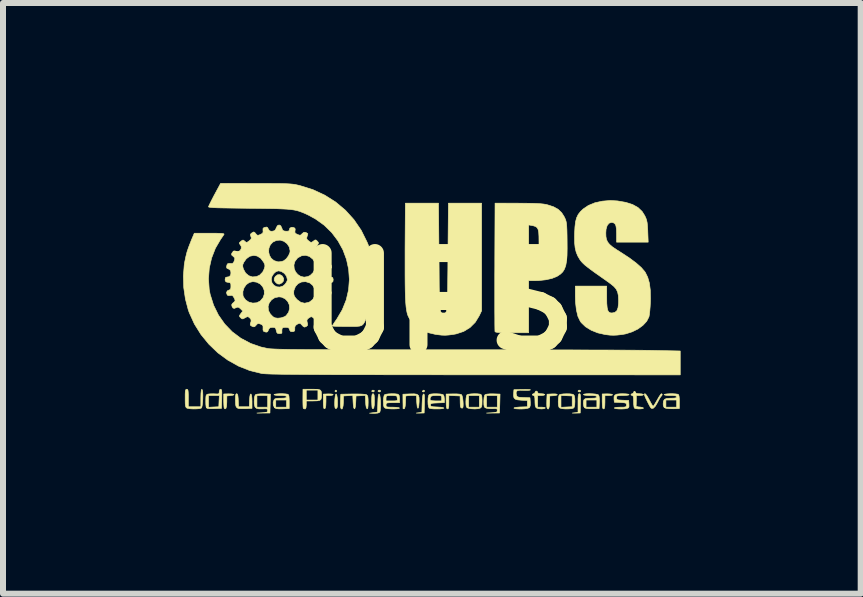
<source format=kicad_pcb>
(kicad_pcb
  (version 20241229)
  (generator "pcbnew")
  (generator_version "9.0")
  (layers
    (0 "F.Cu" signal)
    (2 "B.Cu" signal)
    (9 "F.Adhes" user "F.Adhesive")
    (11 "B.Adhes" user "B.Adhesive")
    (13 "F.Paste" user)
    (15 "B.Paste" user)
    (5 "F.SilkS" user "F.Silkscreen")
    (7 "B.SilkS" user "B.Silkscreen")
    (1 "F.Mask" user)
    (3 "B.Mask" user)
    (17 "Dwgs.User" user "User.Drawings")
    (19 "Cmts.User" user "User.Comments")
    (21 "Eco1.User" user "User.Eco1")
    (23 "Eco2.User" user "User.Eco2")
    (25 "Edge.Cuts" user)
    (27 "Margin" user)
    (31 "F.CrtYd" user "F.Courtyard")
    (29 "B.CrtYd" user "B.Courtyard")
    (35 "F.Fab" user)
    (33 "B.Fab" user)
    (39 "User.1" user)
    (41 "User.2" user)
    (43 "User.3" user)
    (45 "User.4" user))
  (footprint "UPS"
    (layer "F.Cu")
    (at 4.248 2)
    (property "Reference" "UPS" (at 0 0 0) (layer "F.SilkS") (effects (font (size 1.524 1.524) (thickness 0.3))))
    (attr through_hole)
    (fp_poly (pts (xy -1.689 1.461) (xy -1.688 1.464) (xy -1.7 1.479) (xy -1.703 1.479) (xy -1.718 1.468) (xy -1.718 1.464) (xy -1.707 1.45) (xy -1.703 1.449) (xy -1.689 1.461)) (stroke (width 0.01) (type solid)) (fill yes) (layer "F.SilkS"))
    (fp_poly (pts (xy -1.063 1.457) (xy -1.061 1.464) (xy -1.073 1.477) (xy -1.083 1.479) (xy -1.103 1.471) (xy -1.106 1.464) (xy -1.094 1.451) (xy -1.083 1.449) (xy -1.063 1.457)) (stroke (width 0.01) (type solid)) (fill yes) (layer "F.SilkS"))
    (fp_poly (pts (xy -0.959 1.457) (xy -0.956 1.464) (xy -0.968 1.477) (xy -0.979 1.479) (xy -0.999 1.471) (xy -1.001 1.464) (xy -0.989 1.451) (xy -0.979 1.449) (xy -0.959 1.457)) (stroke (width 0.01) (type solid)) (fill yes) (layer "F.SilkS"))
    (fp_poly (pts (xy -0.225 1.461) (xy -0.224 1.464) (xy -0.236 1.477) (xy -0.247 1.479) (xy -0.263 1.472) (xy -0.261 1.464) (xy -0.242 1.45) (xy -0.238 1.449) (xy -0.225 1.461)) (stroke (width 0.01) (type solid)) (fill yes) (layer "F.SilkS"))
    (fp_poly (pts (xy 2.373 1.457) (xy 2.376 1.464) (xy 2.364 1.477) (xy 2.353 1.479) (xy 2.333 1.471) (xy 2.331 1.464) (xy 2.343 1.451) (xy 2.353 1.449) (xy 2.373 1.457)) (stroke (width 0.01) (type solid)) (fill yes) (layer "F.SilkS"))
    (fp_poly (pts (xy -2.596 -0.452) (xy -2.595 -0.451) (xy -2.572 -0.409) (xy -2.577 -0.367) (xy -2.603 -0.337) (xy -2.643 -0.317) (xy -2.676 -0.321) (xy -2.704 -0.344) (xy -2.73 -0.378) (xy -2.729 -0.412) (xy -2.711 -0.445) (xy -2.676 -0.472) (xy -2.634 -0.475) (xy -2.596 -0.452)) (stroke (width 0.01) (type solid)) (fill yes) (layer "F.SilkS"))
    (fp_poly (pts (xy -1.698 1.513) (xy -1.688 1.531) (xy -1.68 1.574) (xy -1.676 1.628) (xy -1.676 1.695) (xy -1.681 1.736) (xy -1.693 1.754) (xy -1.711 1.754) (xy -1.718 1.738) (xy -1.722 1.702) (xy -1.722 1.654) (xy -1.72 1.603) (xy -1.715 1.558) (xy -1.708 1.525) (xy -1.699 1.513) (xy -1.698 1.513)) (stroke (width 0.01) (type solid)) (fill yes) (layer "F.SilkS"))
    (fp_poly (pts (xy -1.072 1.515) (xy -1.065 1.535) (xy -1.062 1.576) (xy -1.061 1.628) (xy -1.063 1.7) (xy -1.071 1.744) (xy -1.083 1.759) (xy -1.096 1.753) (xy -1.101 1.734) (xy -1.104 1.694) (xy -1.106 1.639) (xy -1.106 1.626) (xy -1.105 1.566) (xy -1.101 1.529) (xy -1.093 1.512) (xy -1.083 1.509) (xy -1.072 1.515)) (stroke (width 0.01) (type solid)) (fill yes) (layer "F.SilkS"))
    (fp_poly (pts (xy -3.443 1.512) (xy -3.41 1.518) (xy -3.4 1.525) (xy -3.415 1.533) (xy -3.451 1.539) (xy -3.519 1.546) (xy -3.52 1.65) (xy -3.524 1.716) (xy -3.534 1.753) (xy -3.549 1.761) (xy -3.561 1.753) (xy -3.566 1.735) (xy -3.569 1.694) (xy -3.571 1.639) (xy -3.571 1.628) (xy -3.571 1.513) (xy -3.494 1.511) (xy -3.443 1.512)) (stroke (width 0.01) (type solid)) (fill yes) (layer "F.SilkS"))
    (fp_poly (pts (xy -0.234 1.516) (xy -0.228 1.536) (xy -0.226 1.576) (xy -0.227 1.641) (xy -0.227 1.668) (xy -0.232 1.83) (xy -0.314 1.832) (xy -0.354 1.832) (xy -0.364 1.831) (xy -0.347 1.829) (xy -0.333 1.827) (xy -0.27 1.821) (xy -0.266 1.67) (xy -0.262 1.593) (xy -0.256 1.543) (xy -0.248 1.517) (xy -0.242 1.513) (xy -0.234 1.516)) (stroke (width 0.01) (type solid)) (fill yes) (layer "F.SilkS"))
    (fp_poly (pts (xy 1.952 1.512) (xy 1.981 1.518) (xy 1.986 1.527) (xy 1.967 1.536) (xy 1.924 1.542) (xy 1.86 1.546) (xy 1.858 1.65) (xy 1.854 1.708) (xy 1.846 1.747) (xy 1.834 1.765) (xy 1.821 1.757) (xy 1.815 1.744) (xy 1.811 1.719) (xy 1.81 1.674) (xy 1.811 1.62) (xy 1.815 1.517) (xy 1.901 1.512) (xy 1.952 1.512)) (stroke (width 0.01) (type solid)) (fill yes) (layer "F.SilkS"))
    (fp_poly (pts (xy -1.783 1.513) (xy -1.754 1.518) (xy -1.748 1.524) (xy -1.761 1.533) (xy -1.794 1.539) (xy -1.808 1.539) (xy -1.868 1.539) (xy -1.868 1.643) (xy -1.871 1.71) (xy -1.879 1.749) (xy -1.893 1.759) (xy -1.903 1.753) (xy -1.907 1.734) (xy -1.911 1.694) (xy -1.912 1.64) (xy -1.912 1.629) (xy -1.912 1.515) (xy -1.83 1.512) (xy -1.783 1.513)) (stroke (width 0.01) (type solid)) (fill yes) (layer "F.SilkS"))
    (fp_poly (pts (xy -0.972 1.53) (xy -0.965 1.569) (xy -0.96 1.622) (xy -0.958 1.681) (xy -0.959 1.737) (xy -0.963 1.784) (xy -0.97 1.814) (xy -0.972 1.817) (xy -1.002 1.831) (xy -1.057 1.836) (xy -1.066 1.836) (xy -1.143 1.833) (xy -1.009 1.815) (xy -1.004 1.661) (xy -1.001 1.587) (xy -0.996 1.54) (xy -0.989 1.517) (xy -0.982 1.513) (xy -0.972 1.53)) (stroke (width 0.01) (type solid)) (fill yes) (layer "F.SilkS"))
    (fp_poly (pts (xy 2.364 1.513) (xy 2.37 1.529) (xy 2.373 1.56) (xy 2.374 1.614) (xy 2.372 1.67) (xy 2.368 1.83) (xy 2.286 1.832) (xy 2.246 1.832) (xy 2.235 1.831) (xy 2.252 1.829) (xy 2.267 1.827) (xy 2.331 1.821) (xy 2.331 1.665) (xy 2.331 1.594) (xy 2.334 1.548) (xy 2.339 1.522) (xy 2.347 1.51) (xy 2.354 1.509) (xy 2.364 1.513)) (stroke (width 0.01) (type solid)) (fill yes) (layer "F.SilkS"))
    (fp_poly (pts (xy 2.862 1.513) (xy 2.896 1.518) (xy 2.906 1.524) (xy 2.899 1.533) (xy 2.867 1.538) (xy 2.847 1.539) (xy 2.779 1.539) (xy 2.779 1.651) (xy 2.777 1.715) (xy 2.771 1.751) (xy 2.76 1.763) (xy 2.744 1.753) (xy 2.739 1.734) (xy 2.736 1.694) (xy 2.734 1.639) (xy 2.734 1.628) (xy 2.734 1.513) (xy 2.816 1.511) (xy 2.862 1.513)) (stroke (width 0.01) (type solid)) (fill yes) (layer "F.SilkS"))
    (fp_poly (pts (xy -3.343 1.516) (xy -3.335 1.542) (xy -3.33 1.591) (xy -3.329 1.617) (xy -3.324 1.726) (xy -3.145 1.726) (xy -3.141 1.616) (xy -3.136 1.555) (xy -3.129 1.522) (xy -3.119 1.513) (xy -3.118 1.513) (xy -3.108 1.532) (xy -3.102 1.581) (xy -3.1 1.636) (xy -3.1 1.753) (xy -3.205 1.758) (xy -3.261 1.758) (xy -3.306 1.757) (xy -3.332 1.753) (xy -3.332 1.753) (xy -3.354 1.739) (xy -3.368 1.716) (xy -3.374 1.678) (xy -3.376 1.616) (xy -3.376 1.61) (xy -3.375 1.554) (xy -3.37 1.522) (xy -3.36 1.51) (xy -3.355 1.509) (xy -3.343 1.516)) (stroke (width 0.01) (type solid)) (fill yes) (layer "F.SilkS"))
    (fp_poly (pts (xy 0.309 1.512) (xy 0.357 1.516) (xy 0.386 1.522) (xy 0.388 1.523) (xy 0.4 1.543) (xy 0.409 1.581) (xy 0.415 1.629) (xy 0.418 1.678) (xy 0.417 1.719) (xy 0.411 1.744) (xy 0.405 1.748) (xy 0.387 1.746) (xy 0.376 1.734) (xy 0.37 1.706) (xy 0.368 1.656) (xy 0.368 1.644) (xy 0.366 1.546) (xy 0.273 1.542) (xy 0.179 1.538) (xy 0.179 1.65) (xy 0.178 1.714) (xy 0.172 1.751) (xy 0.161 1.763) (xy 0.144 1.753) (xy 0.14 1.734) (xy 0.136 1.694) (xy 0.135 1.64) (xy 0.134 1.629) (xy 0.134 1.514) (xy 0.25 1.512) (xy 0.309 1.512)) (stroke (width 0.01) (type solid)) (fill yes) (layer "F.SilkS"))
    (fp_poly (pts (xy -2.034 1.435) (xy -1.987 1.439) (xy -1.96 1.45) (xy -1.947 1.471) (xy -1.943 1.504) (xy -1.942 1.531) (xy -1.944 1.577) (xy -1.953 1.606) (xy -1.975 1.621) (xy -2.016 1.627) (xy -2.078 1.629) (xy -2.196 1.629) (xy -2.196 1.696) (xy -2.2 1.741) (xy -2.21 1.761) (xy -2.218 1.763) (xy -2.241 1.756) (xy -2.246 1.752) (xy -2.249 1.733) (xy -2.251 1.691) (xy -2.252 1.633) (xy -2.252 1.587) (xy -2.251 1.449) (xy -2.196 1.449) (xy -2.196 1.614) (xy -2.002 1.614) (xy -2.002 1.449) (xy -2.196 1.449) (xy -2.251 1.449) (xy -2.251 1.434) (xy -2.106 1.434) (xy -2.034 1.435)) (stroke (width 0.01) (type solid)) (fill yes) (layer "F.SilkS"))
    (fp_poly (pts (xy -0.353 1.518) (xy -0.327 1.537) (xy -0.317 1.573) (xy -0.316 1.631) (xy -0.317 1.653) (xy -0.322 1.715) (xy -0.33 1.747) (xy -0.339 1.75) (xy -0.348 1.725) (xy -0.354 1.671) (xy -0.356 1.647) (xy -0.36 1.539) (xy -0.449 1.539) (xy -0.496 1.541) (xy -0.529 1.545) (xy -0.539 1.55) (xy -0.54 1.57) (xy -0.542 1.61) (xy -0.543 1.657) (xy -0.548 1.716) (xy -0.557 1.751) (xy -0.564 1.759) (xy -0.582 1.76) (xy -0.583 1.757) (xy -0.584 1.739) (xy -0.584 1.699) (xy -0.585 1.645) (xy -0.585 1.632) (xy -0.586 1.517) (xy -0.467 1.512) (xy -0.398 1.511) (xy -0.353 1.518)) (stroke (width 0.01) (type solid)) (fill yes) (layer "F.SilkS"))
    (fp_poly (pts (xy 0.653 1.51) (xy 0.695 1.515) (xy 0.708 1.518) (xy 0.722 1.53) (xy 0.729 1.558) (xy 0.732 1.608) (xy 0.732 1.63) (xy 0.731 1.686) (xy 0.726 1.72) (xy 0.715 1.739) (xy 0.703 1.748) (xy 0.666 1.758) (xy 0.613 1.762) (xy 0.556 1.759) (xy 0.507 1.751) (xy 0.497 1.748) (xy 0.478 1.737) (xy 0.468 1.718) (xy 0.464 1.684) (xy 0.463 1.64) (xy 0.466 1.585) (xy 0.473 1.544) (xy 0.476 1.539) (xy 0.508 1.539) (xy 0.508 1.733) (xy 0.687 1.733) (xy 0.687 1.539) (xy 0.508 1.539) (xy 0.476 1.539) (xy 0.481 1.527) (xy 0.505 1.518) (xy 0.548 1.512) (xy 0.601 1.509) (xy 0.653 1.51)) (stroke (width 0.01) (type solid)) (fill yes) (layer "F.SilkS"))
    (fp_poly (pts (xy 3.458 1.516) (xy 3.482 1.548) (xy 3.512 1.601) (xy 3.519 1.614) (xy 3.545 1.663) (xy 3.567 1.7) (xy 3.581 1.717) (xy 3.582 1.718) (xy 3.594 1.706) (xy 3.615 1.673) (xy 3.642 1.627) (xy 3.65 1.613) (xy 3.678 1.564) (xy 3.702 1.528) (xy 3.718 1.51) (xy 3.721 1.509) (xy 3.734 1.518) (xy 3.728 1.538) (xy 3.716 1.551) (xy 3.7 1.573) (xy 3.677 1.612) (xy 3.654 1.657) (xy 3.62 1.715) (xy 3.588 1.749) (xy 3.56 1.755) (xy 3.543 1.743) (xy 3.528 1.719) (xy 3.506 1.678) (xy 3.482 1.63) (xy 3.459 1.583) (xy 3.443 1.545) (xy 3.436 1.524) (xy 3.442 1.507) (xy 3.458 1.516)) (stroke (width 0.01) (type solid)) (fill yes) (layer "F.SilkS"))
    (fp_poly (pts (xy 2.195 1.511) (xy 2.238 1.517) (xy 2.256 1.524) (xy 2.27 1.543) (xy 2.277 1.583) (xy 2.279 1.636) (xy 2.276 1.697) (xy 2.268 1.733) (xy 2.256 1.748) (xy 2.226 1.757) (xy 2.178 1.761) (xy 2.122 1.762) (xy 2.07 1.758) (xy 2.034 1.749) (xy 2.028 1.747) (xy 2.016 1.735) (xy 2.047 1.735) (xy 2.14 1.73) (xy 2.234 1.726) (xy 2.234 1.546) (xy 2.14 1.542) (xy 2.047 1.538) (xy 2.047 1.735) (xy 2.016 1.735) (xy 2.013 1.731) (xy 2.005 1.701) (xy 2.002 1.65) (xy 2.002 1.638) (xy 2.005 1.585) (xy 2.012 1.544) (xy 2.02 1.527) (xy 2.044 1.518) (xy 2.088 1.512) (xy 2.142 1.51) (xy 2.195 1.511)) (stroke (width 0.01) (type solid)) (fill yes) (layer "F.SilkS"))
    (fp_poly (pts (xy -2.907 1.511) (xy -2.793 1.515) (xy -2.801 1.83) (xy -2.928 1.831) (xy -2.987 1.832) (xy -3.016 1.832) (xy -3.018 1.831) (xy -2.991 1.829) (xy -2.947 1.827) (xy -2.891 1.823) (xy -2.859 1.818) (xy -2.843 1.809) (xy -2.839 1.794) (xy -2.839 1.789) (xy -2.841 1.77) (xy -2.854 1.761) (xy -2.883 1.759) (xy -2.92 1.761) (xy -2.986 1.761) (xy -3.028 1.751) (xy -3.052 1.725) (xy -3.062 1.679) (xy -3.063 1.637) (xy -3.059 1.57) (xy -3.05 1.539) (xy -3.018 1.539) (xy -3.018 1.733) (xy -2.839 1.733) (xy -2.839 1.539) (xy -3.018 1.539) (xy -3.05 1.539) (xy -3.047 1.532) (xy -3.042 1.525) (xy -3.014 1.516) (xy -2.962 1.511) (xy -2.907 1.511)) (stroke (width 0.01) (type solid)) (fill yes) (layer "F.SilkS"))
    (fp_poly (pts (xy -3.927 1.448) (xy -3.921 1.484) (xy -3.919 1.534) (xy -3.92 1.592) (xy -3.923 1.65) (xy -3.929 1.701) (xy -3.937 1.736) (xy -3.944 1.748) (xy -3.974 1.757) (xy -4.022 1.761) (xy -4.079 1.762) (xy -4.133 1.759) (xy -4.174 1.752) (xy -4.187 1.747) (xy -4.199 1.736) (xy -4.207 1.715) (xy -4.212 1.678) (xy -4.213 1.621) (xy -4.213 1.583) (xy -4.213 1.515) (xy -4.211 1.471) (xy -4.206 1.447) (xy -4.197 1.436) (xy -4.187 1.434) (xy -4.175 1.437) (xy -4.167 1.45) (xy -4.163 1.479) (xy -4.161 1.527) (xy -4.161 1.58) (xy -4.161 1.726) (xy -3.952 1.726) (xy -3.952 1.58) (xy -3.95 1.503) (xy -3.945 1.455) (xy -3.937 1.435) (xy -3.936 1.434) (xy -3.927 1.448)) (stroke (width 0.01) (type solid)) (fill yes) (layer "F.SilkS"))
    (fp_poly (pts (xy -3.613 1.438) (xy -3.606 1.454) (xy -3.603 1.486) (xy -3.603 1.539) (xy -3.604 1.594) (xy -3.608 1.753) (xy -3.713 1.757) (xy -3.769 1.758) (xy -3.816 1.757) (xy -3.844 1.753) (xy -3.857 1.745) (xy -3.865 1.725) (xy -3.869 1.686) (xy -3.87 1.635) (xy -3.869 1.578) (xy -3.866 1.544) (xy -3.863 1.539) (xy -3.825 1.539) (xy -3.825 1.735) (xy -3.739 1.73) (xy -3.653 1.726) (xy -3.649 1.632) (xy -3.644 1.539) (xy -3.825 1.539) (xy -3.863 1.539) (xy -3.858 1.527) (xy -3.843 1.518) (xy -3.833 1.515) (xy -3.796 1.511) (xy -3.745 1.51) (xy -3.721 1.511) (xy -3.677 1.513) (xy -3.654 1.51) (xy -3.647 1.496) (xy -3.646 1.475) (xy -3.638 1.442) (xy -3.623 1.434) (xy -3.613 1.438)) (stroke (width 0.01) (type solid)) (fill yes) (layer "F.SilkS"))
    (fp_poly (pts (xy 0.918 1.511) (xy 1.032 1.515) (xy 1.028 1.673) (xy 1.023 1.83) (xy 0.896 1.831) (xy 0.838 1.832) (xy 0.808 1.832) (xy 0.807 1.831) (xy 0.834 1.829) (xy 0.878 1.827) (xy 0.934 1.823) (xy 0.966 1.818) (xy 0.981 1.81) (xy 0.986 1.795) (xy 0.986 1.787) (xy 0.984 1.767) (xy 0.971 1.758) (xy 0.94 1.756) (xy 0.911 1.758) (xy 0.859 1.757) (xy 0.813 1.752) (xy 0.799 1.748) (xy 0.779 1.738) (xy 0.768 1.721) (xy 0.763 1.69) (xy 0.762 1.638) (xy 0.766 1.571) (xy 0.775 1.539) (xy 0.807 1.539) (xy 0.807 1.733) (xy 0.986 1.733) (xy 0.986 1.539) (xy 0.807 1.539) (xy 0.775 1.539) (xy 0.777 1.532) (xy 0.783 1.525) (xy 0.811 1.516) (xy 0.863 1.511) (xy 0.918 1.511)) (stroke (width 0.01) (type solid)) (fill yes) (layer "F.SilkS"))
    (fp_poly (pts (xy 1.656 1.476) (xy 1.658 1.487) (xy 1.668 1.502) (xy 1.701 1.509) (xy 1.718 1.509) (xy 1.756 1.512) (xy 1.776 1.521) (xy 1.778 1.524) (xy 1.765 1.533) (xy 1.732 1.539) (xy 1.718 1.539) (xy 1.658 1.539) (xy 1.658 1.733) (xy 1.727 1.733) (xy 1.768 1.736) (xy 1.786 1.744) (xy 1.785 1.748) (xy 1.764 1.758) (xy 1.726 1.762) (xy 1.683 1.759) (xy 1.647 1.75) (xy 1.64 1.747) (xy 1.625 1.731) (xy 1.617 1.702) (xy 1.614 1.652) (xy 1.614 1.635) (xy 1.612 1.581) (xy 1.607 1.551) (xy 1.596 1.54) (xy 1.591 1.539) (xy 1.571 1.531) (xy 1.569 1.524) (xy 1.581 1.511) (xy 1.591 1.509) (xy 1.611 1.497) (xy 1.614 1.487) (xy 1.626 1.467) (xy 1.636 1.464) (xy 1.656 1.476)) (stroke (width 0.01) (type solid)) (fill yes) (layer "F.SilkS"))
    (fp_poly (pts (xy -1.274 1.515) (xy -1.223 1.519) (xy -1.195 1.524) (xy -1.194 1.525) (xy -1.179 1.537) (xy -1.17 1.559) (xy -1.166 1.598) (xy -1.165 1.653) (xy -1.167 1.713) (xy -1.171 1.748) (xy -1.18 1.76) (xy -1.184 1.759) (xy -1.196 1.74) (xy -1.204 1.694) (xy -1.207 1.645) (xy -1.212 1.537) (xy -1.289 1.542) (xy -1.367 1.546) (xy -1.372 1.656) (xy -1.377 1.72) (xy -1.386 1.755) (xy -1.396 1.761) (xy -1.406 1.74) (xy -1.413 1.69) (xy -1.416 1.645) (xy -1.421 1.537) (xy -1.576 1.546) (xy -1.578 1.65) (xy -1.582 1.708) (xy -1.591 1.747) (xy -1.602 1.765) (xy -1.616 1.757) (xy -1.622 1.744) (xy -1.625 1.719) (xy -1.627 1.674) (xy -1.626 1.62) (xy -1.621 1.517) (xy -1.421 1.513) (xy -1.342 1.513) (xy -1.274 1.515)) (stroke (width 0.01) (type solid)) (fill yes) (layer "F.SilkS"))
    (fp_poly (pts (xy 2.569 1.51) (xy 2.619 1.514) (xy 2.657 1.522) (xy 2.673 1.53) (xy 2.683 1.558) (xy 2.687 1.609) (xy 2.686 1.653) (xy 2.682 1.756) (xy 2.577 1.758) (xy 2.521 1.758) (xy 2.474 1.754) (xy 2.447 1.747) (xy 2.428 1.724) (xy 2.421 1.679) (xy 2.42 1.667) (xy 2.423 1.627) (xy 2.429 1.614) (xy 2.465 1.614) (xy 2.465 1.733) (xy 2.645 1.733) (xy 2.645 1.614) (xy 2.465 1.614) (xy 2.429 1.614) (xy 2.434 1.603) (xy 2.458 1.59) (xy 2.503 1.585) (xy 2.556 1.584) (xy 2.608 1.582) (xy 2.635 1.576) (xy 2.644 1.564) (xy 2.645 1.561) (xy 2.639 1.55) (xy 2.618 1.543) (xy 2.576 1.539) (xy 2.533 1.539) (xy 2.476 1.537) (xy 2.437 1.532) (xy 2.421 1.525) (xy 2.42 1.524) (xy 2.434 1.515) (xy 2.469 1.51) (xy 2.517 1.508) (xy 2.569 1.51)) (stroke (width 0.01) (type solid)) (fill yes) (layer "F.SilkS"))
    (fp_poly (pts (xy 3.276 1.469) (xy 3.291 1.485) (xy 3.291 1.492) (xy 3.302 1.503) (xy 3.339 1.509) (xy 3.354 1.509) (xy 3.394 1.512) (xy 3.418 1.52) (xy 3.422 1.524) (xy 3.408 1.533) (xy 3.375 1.539) (xy 3.362 1.539) (xy 3.302 1.539) (xy 3.302 1.621) (xy 3.301 1.669) (xy 3.3 1.703) (xy 3.298 1.714) (xy 3.309 1.722) (xy 3.341 1.729) (xy 3.358 1.73) (xy 3.397 1.736) (xy 3.419 1.745) (xy 3.422 1.749) (xy 3.408 1.757) (xy 3.376 1.761) (xy 3.336 1.762) (xy 3.297 1.758) (xy 3.276 1.753) (xy 3.264 1.733) (xy 3.258 1.683) (xy 3.257 1.642) (xy 3.256 1.586) (xy 3.251 1.554) (xy 3.241 1.54) (xy 3.235 1.539) (xy 3.215 1.531) (xy 3.212 1.524) (xy 3.224 1.511) (xy 3.235 1.509) (xy 3.254 1.497) (xy 3.257 1.485) (xy 3.266 1.468) (xy 3.276 1.469)) (stroke (width 0.01) (type solid)) (fill yes) (layer "F.SilkS"))
    (fp_poly (pts (xy -2.541 1.512) (xy -2.508 1.517) (xy -2.504 1.518) (xy -2.491 1.529) (xy -2.484 1.555) (xy -2.481 1.601) (xy -2.48 1.641) (xy -2.48 1.756) (xy -2.59 1.76) (xy -2.652 1.761) (xy -2.692 1.757) (xy -2.717 1.747) (xy -2.725 1.741) (xy -2.745 1.701) (xy -2.747 1.65) (xy -2.734 1.614) (xy -2.704 1.614) (xy -2.704 1.733) (xy -2.525 1.733) (xy -2.525 1.614) (xy -2.704 1.614) (xy -2.734 1.614) (xy -2.734 1.613) (xy -2.72 1.596) (xy -2.696 1.588) (xy -2.653 1.584) (xy -2.622 1.584) (xy -2.567 1.582) (xy -2.537 1.577) (xy -2.526 1.566) (xy -2.525 1.561) (xy -2.531 1.549) (xy -2.553 1.542) (xy -2.597 1.539) (xy -2.63 1.539) (xy -2.683 1.537) (xy -2.72 1.532) (xy -2.734 1.524) (xy -2.734 1.524) (xy -2.721 1.517) (xy -2.686 1.512) (xy -2.639 1.509) (xy -2.588 1.509) (xy -2.541 1.512)) (stroke (width 0.01) (type solid)) (fill yes) (layer "F.SilkS"))
    (fp_poly (pts (xy 3.958 1.512) (xy 3.991 1.517) (xy 3.996 1.518) (xy 4.008 1.529) (xy 4.015 1.555) (xy 4.019 1.601) (xy 4.019 1.641) (xy 4.019 1.756) (xy 3.918 1.759) (xy 3.861 1.758) (xy 3.812 1.754) (xy 3.784 1.748) (xy 3.761 1.731) (xy 3.751 1.701) (xy 3.75 1.677) (xy 3.754 1.632) (xy 3.765 1.614) (xy 3.795 1.614) (xy 3.795 1.733) (xy 3.974 1.733) (xy 3.974 1.614) (xy 3.795 1.614) (xy 3.765 1.614) (xy 3.771 1.603) (xy 3.804 1.589) (xy 3.861 1.584) (xy 3.88 1.584) (xy 3.934 1.582) (xy 3.963 1.577) (xy 3.974 1.566) (xy 3.974 1.561) (xy 3.968 1.549) (xy 3.946 1.542) (xy 3.903 1.539) (xy 3.87 1.539) (xy 3.816 1.537) (xy 3.779 1.532) (xy 3.765 1.524) (xy 3.765 1.524) (xy 3.779 1.517) (xy 3.813 1.512) (xy 3.861 1.509) (xy 3.912 1.509) (xy 3.958 1.512)) (stroke (width 0.01) (type solid)) (fill yes) (layer "F.SilkS"))
    (fp_poly (pts (xy 1.508 1.439) (xy 1.535 1.442) (xy 1.539 1.445) (xy 1.525 1.45) (xy 1.489 1.453) (xy 1.438 1.452) (xy 1.427 1.452) (xy 1.362 1.451) (xy 1.322 1.457) (xy 1.303 1.474) (xy 1.3 1.504) (xy 1.306 1.531) (xy 1.313 1.55) (xy 1.327 1.561) (xy 1.354 1.568) (xy 1.403 1.571) (xy 1.423 1.572) (xy 1.531 1.576) (xy 1.536 1.651) (xy 1.536 1.701) (xy 1.528 1.73) (xy 1.515 1.744) (xy 1.488 1.753) (xy 1.443 1.76) (xy 1.39 1.763) (xy 1.336 1.762) (xy 1.292 1.759) (xy 1.266 1.751) (xy 1.263 1.749) (xy 1.272 1.741) (xy 1.307 1.735) (xy 1.362 1.73) (xy 1.37 1.73) (xy 1.487 1.726) (xy 1.487 1.621) (xy 1.39 1.617) (xy 1.325 1.611) (xy 1.285 1.599) (xy 1.264 1.577) (xy 1.257 1.541) (xy 1.258 1.51) (xy 1.263 1.442) (xy 1.401 1.438) (xy 1.461 1.437) (xy 1.508 1.439)) (stroke (width 0.01) (type solid)) (fill yes) (layer "F.SilkS"))
    (fp_poly (pts (xy 3.128 1.511) (xy 3.167 1.516) (xy 3.182 1.523) (xy 3.182 1.524) (xy 3.169 1.532) (xy 3.132 1.537) (xy 3.078 1.539) (xy 3.078 1.539) (xy 3.023 1.54) (xy 2.992 1.543) (xy 2.978 1.551) (xy 2.973 1.566) (xy 2.973 1.576) (xy 2.975 1.595) (xy 2.985 1.607) (xy 3.01 1.613) (xy 3.057 1.616) (xy 3.074 1.617) (xy 3.175 1.621) (xy 3.179 1.683) (xy 3.18 1.723) (xy 3.172 1.743) (xy 3.15 1.753) (xy 3.15 1.753) (xy 3.11 1.76) (xy 3.06 1.763) (xy 3.008 1.762) (xy 2.965 1.758) (xy 2.939 1.751) (xy 2.936 1.748) (xy 2.944 1.74) (xy 2.98 1.735) (xy 3.032 1.733) (xy 3.087 1.733) (xy 3.119 1.729) (xy 3.133 1.721) (xy 3.137 1.706) (xy 3.138 1.697) (xy 3.136 1.677) (xy 3.126 1.666) (xy 3.101 1.66) (xy 3.054 1.656) (xy 3.037 1.655) (xy 2.936 1.651) (xy 2.931 1.601) (xy 2.931 1.559) (xy 2.945 1.532) (xy 2.976 1.516) (xy 3.03 1.51) (xy 3.072 1.509) (xy 3.128 1.511)) (stroke (width 0.01) (type solid)) (fill yes) (layer "F.SilkS"))
    (fp_poly (pts (xy 0.033 1.513) (xy 0.072 1.52) (xy 0.087 1.527) (xy 0.099 1.553) (xy 0.104 1.594) (xy 0.105 1.601) (xy 0.105 1.657) (xy -0.011 1.662) (xy -0.07 1.665) (xy -0.104 1.669) (xy -0.121 1.677) (xy -0.127 1.69) (xy -0.127 1.696) (xy -0.124 1.711) (xy -0.112 1.72) (xy -0.083 1.726) (xy -0.033 1.729) (xy -0.011 1.73) (xy 0.047 1.734) (xy 0.084 1.74) (xy 0.097 1.748) (xy 0.097 1.749) (xy 0.078 1.756) (xy 0.039 1.761) (xy -0.012 1.762) (xy -0.066 1.762) (xy -0.113 1.758) (xy -0.144 1.751) (xy -0.148 1.749) (xy -0.16 1.727) (xy -0.167 1.685) (xy -0.169 1.634) (xy -0.167 1.596) (xy -0.135 1.596) (xy -0.129 1.616) (xy -0.104 1.625) (xy -0.054 1.628) (xy -0.037 1.629) (xy 0.06 1.629) (xy 0.06 1.584) (xy 0.059 1.559) (xy 0.05 1.545) (xy 0.028 1.54) (xy -0.017 1.539) (xy -0.028 1.539) (xy -0.082 1.541) (xy -0.113 1.549) (xy -0.125 1.563) (xy -0.135 1.596) (xy -0.167 1.596) (xy -0.167 1.583) (xy -0.159 1.542) (xy -0.147 1.522) (xy -0.119 1.514) (xy -0.073 1.51) (xy -0.019 1.51) (xy 0.033 1.513)) (stroke (width 0.01) (type solid)) (fill yes) (layer "F.SilkS"))
    (fp_poly (pts (xy -0.721 1.51) (xy -0.679 1.515) (xy -0.666 1.518) (xy -0.649 1.537) (xy -0.643 1.579) (xy -0.642 1.593) (xy -0.642 1.658) (xy -0.755 1.658) (xy -0.812 1.659) (xy -0.845 1.662) (xy -0.861 1.669) (xy -0.866 1.683) (xy -0.867 1.696) (xy -0.865 1.715) (xy -0.857 1.726) (xy -0.835 1.731) (xy -0.794 1.733) (xy -0.755 1.733) (xy -0.698 1.735) (xy -0.659 1.74) (xy -0.643 1.747) (xy -0.642 1.748) (xy -0.656 1.756) (xy -0.691 1.76) (xy -0.738 1.762) (xy -0.791 1.761) (xy -0.839 1.758) (xy -0.875 1.751) (xy -0.885 1.747) (xy -0.901 1.731) (xy -0.909 1.701) (xy -0.911 1.65) (xy -0.911 1.638) (xy -0.909 1.585) (xy -0.908 1.584) (xy -0.867 1.584) (xy -0.867 1.629) (xy -0.77 1.629) (xy -0.718 1.628) (xy -0.689 1.624) (xy -0.678 1.616) (xy -0.678 1.6) (xy -0.679 1.595) (xy -0.684 1.564) (xy -0.686 1.55) (xy -0.7 1.544) (xy -0.736 1.54) (xy -0.777 1.539) (xy -0.827 1.54) (xy -0.853 1.544) (xy -0.864 1.555) (xy -0.867 1.577) (xy -0.867 1.584) (xy -0.908 1.584) (xy -0.901 1.544) (xy -0.893 1.527) (xy -0.87 1.518) (xy -0.827 1.512) (xy -0.774 1.509) (xy -0.721 1.51)) (stroke (width 0.01) (type solid)) (fill yes) (layer "F.SilkS"))
    (fp_poly (pts (xy 0.015 -0.765) (xy 0.017 -0.576) (xy 0.018 -0.414) (xy 0.019 -0.277) (xy 0.021 -0.164) (xy 0.023 -0.072) (xy 0.026 0.001) (xy 0.029 0.057) (xy 0.034 0.098) (xy 0.039 0.127) (xy 0.046 0.146) (xy 0.054 0.157) (xy 0.064 0.162) (xy 0.075 0.164) (xy 0.089 0.164) (xy 0.09 0.164) (xy 0.103 0.164) (xy 0.115 0.163) (xy 0.125 0.158) (xy 0.133 0.147) (xy 0.14 0.129) (xy 0.145 0.1) (xy 0.15 0.059) (xy 0.153 0.004) (xy 0.156 -0.068) (xy 0.158 -0.159) (xy 0.16 -0.271) (xy 0.161 -0.406) (xy 0.163 -0.566) (xy 0.164 -0.755) (xy 0.164 -0.765) (xy 0.172 -1.666) (xy 0.725 -1.666) (xy 0.725 0.127) (xy 0.685 0.211) (xy 0.619 0.319) (xy 0.532 0.406) (xy 0.426 0.471) (xy 0.302 0.512) (xy 0.247 0.522) (xy 0.175 0.531) (xy 0.117 0.535) (xy 0.06 0.533) (xy -0.009 0.525) (xy -0.045 0.52) (xy -0.168 0.491) (xy -0.282 0.439) (xy -0.38 0.37) (xy -0.458 0.286) (xy -0.493 0.229) (xy -0.505 0.2) (xy -0.516 0.164) (xy -0.525 0.119) (xy -0.533 0.063) (xy -0.539 -0.007) (xy -0.544 -0.092) (xy -0.547 -0.196) (xy -0.549 -0.319) (xy -0.55 -0.466) (xy -0.55 -0.636) (xy -0.55 -0.834) (xy -0.55 -0.896) (xy -0.545 -1.666) (xy 0.007 -1.666) (xy 0.015 -0.765)) (stroke (width 0.01) (type solid)) (fill yes) (layer "F.SilkS"))
    (fp_poly (pts (xy 1.337 -1.665) (xy 1.464 -1.664) (xy 1.565 -1.663) (xy 1.645 -1.66) (xy 1.708 -1.656) (xy 1.757 -1.651) (xy 1.798 -1.644) (xy 1.823 -1.638) (xy 1.924 -1.605) (xy 2.001 -1.562) (xy 2.059 -1.506) (xy 2.099 -1.443) (xy 2.114 -1.413) (xy 2.125 -1.386) (xy 2.133 -1.358) (xy 2.139 -1.324) (xy 2.143 -1.278) (xy 2.146 -1.216) (xy 2.148 -1.133) (xy 2.149 -1.054) (xy 2.15 -0.912) (xy 2.148 -0.795) (xy 2.14 -0.702) (xy 2.127 -0.628) (xy 2.106 -0.569) (xy 2.078 -0.523) (xy 2.041 -0.486) (xy 1.994 -0.454) (xy 1.977 -0.444) (xy 1.897 -0.412) (xy 1.793 -0.389) (xy 1.673 -0.376) (xy 1.595 -0.374) (xy 1.509 -0.374) (xy 1.509 0.493) (xy 1.232 0.493) (xy 1.128 0.493) (xy 1.05 0.491) (xy 0.997 0.488) (xy 0.964 0.483) (xy 0.949 0.476) (xy 0.948 0.474) (xy 0.947 0.457) (xy 0.946 0.412) (xy 0.945 0.341) (xy 0.945 0.249) (xy 0.944 0.136) (xy 0.944 0.005) (xy 0.944 -0.141) (xy 0.944 -0.3) (xy 0.944 -0.469) (xy 0.945 -0.605) (xy 0.945 -0.747) (xy 1.509 -0.747) (xy 1.553 -0.747) (xy 1.597 -0.757) (xy 1.639 -0.783) (xy 1.681 -0.819) (xy 1.681 -1.022) (xy 1.68 -1.114) (xy 1.676 -1.182) (xy 1.666 -1.228) (xy 1.649 -1.258) (xy 1.623 -1.277) (xy 1.586 -1.289) (xy 1.565 -1.293) (xy 1.509 -1.303) (xy 1.509 -0.747) (xy 0.945 -0.747) (xy 0.949 -1.666) (xy 1.337 -1.665)) (stroke (width 0.01) (type solid)) (fill yes) (layer "F.SilkS"))
    (fp_poly (pts (xy -3.033 -1.994) (xy -2.884 -1.994) (xy -2.761 -1.993) (xy -2.661 -1.993) (xy -2.581 -1.991) (xy -2.517 -1.989) (xy -2.465 -1.986) (xy -2.423 -1.982) (xy -2.386 -1.977) (xy -2.352 -1.97) (xy -2.317 -1.962) (xy -2.301 -1.958) (xy -2.086 -1.891) (xy -1.888 -1.799) (xy -1.706 -1.684) (xy -1.544 -1.548) (xy -1.402 -1.391) (xy -1.281 -1.214) (xy -1.184 -1.019) (xy -1.167 -0.979) (xy -1.129 -0.873) (xy -1.102 -0.775) (xy -1.083 -0.676) (xy -1.072 -0.566) (xy -1.066 -0.456) (xy -1.066 -0.284) (xy -1.083 -0.127) (xy -1.117 0.024) (xy -1.17 0.181) (xy -1.171 0.184) (xy -1.2 0.257) (xy -1.222 0.31) (xy -1.244 0.346) (xy -1.27 0.37) (xy -1.305 0.382) (xy -1.356 0.388) (xy -1.426 0.389) (xy -1.517 0.388) (xy -1.599 0.388) (xy -1.669 0.387) (xy -1.723 0.385) (xy -1.756 0.382) (xy -1.763 0.38) (xy -1.755 0.365) (xy -1.734 0.332) (xy -1.703 0.287) (xy -1.689 0.268) (xy -1.596 0.11) (xy -1.53 -0.054) (xy -1.491 -0.223) (xy -1.478 -0.393) (xy -1.49 -0.563) (xy -1.526 -0.729) (xy -1.585 -0.888) (xy -1.668 -1.038) (xy -1.772 -1.176) (xy -1.898 -1.299) (xy -2.045 -1.404) (xy -2.171 -1.472) (xy -2.221 -1.495) (xy -2.265 -1.513) (xy -2.308 -1.529) (xy -2.352 -1.542) (xy -2.4 -1.552) (xy -2.456 -1.56) (xy -2.523 -1.566) (xy -2.603 -1.57) (xy -2.701 -1.574) (xy -2.818 -1.576) (xy -2.959 -1.578) (xy -3.126 -1.58) (xy -3.149 -1.58) (xy -3.32 -1.582) (xy -3.462 -1.584) (xy -3.578 -1.586) (xy -3.67 -1.588) (xy -3.739 -1.591) (xy -3.786 -1.595) (xy -3.814 -1.599) (xy -3.824 -1.603) (xy -3.825 -1.604) (xy -3.818 -1.622) (xy -3.799 -1.662) (xy -3.771 -1.718) (xy -3.737 -1.784) (xy -3.724 -1.808) (xy -3.623 -1.995) (xy -3.033 -1.994)) (stroke (width 0.01) (type solid)) (fill yes) (layer "F.SilkS"))
    (fp_poly (pts (xy -3.712 -1.165) (xy -3.643 -1.163) (xy -3.598 -1.161) (xy -3.573 -1.156) (xy -3.565 -1.15) (xy -3.566 -1.147) (xy -3.58 -1.125) (xy -3.605 -1.088) (xy -3.624 -1.061) (xy -3.71 -0.914) (xy -3.773 -0.752) (xy -3.812 -0.581) (xy -3.825 -0.405) (xy -3.813 -0.23) (xy -3.797 -0.146) (xy -3.74 0.034) (xy -3.659 0.199) (xy -3.555 0.347) (xy -3.431 0.476) (xy -3.287 0.584) (xy -3.126 0.67) (xy -2.951 0.731) (xy -2.844 0.754) (xy -2.826 0.757) (xy -2.802 0.76) (xy -2.771 0.762) (xy -2.732 0.764) (xy -2.685 0.766) (xy -2.627 0.768) (xy -2.557 0.769) (xy -2.474 0.771) (xy -2.378 0.772) (xy -2.265 0.773) (xy -2.136 0.774) (xy -1.99 0.774) (xy -1.824 0.775) (xy -1.637 0.776) (xy -1.429 0.776) (xy -1.199 0.776) (xy -0.944 0.777) (xy -0.663 0.777) (xy -0.356 0.777) (xy -0.021 0.777) (xy 0.186 0.777) (xy 0.486 0.777) (xy 0.783 0.777) (xy 1.074 0.777) (xy 1.358 0.778) (xy 1.633 0.778) (xy 1.897 0.779) (xy 2.149 0.779) (xy 2.387 0.78) (xy 2.608 0.781) (xy 2.812 0.781) (xy 2.997 0.782) (xy 3.16 0.783) (xy 3.301 0.784) (xy 3.416 0.785) (xy 3.505 0.786) (xy 3.561 0.787) (xy 4.034 0.797) (xy 4.034 1.195) (xy 0.609 1.194) (xy 0.22 1.194) (xy -0.14 1.193) (xy -0.472 1.193) (xy -0.777 1.193) (xy -1.057 1.192) (xy -1.313 1.192) (xy -1.545 1.191) (xy -1.754 1.191) (xy -1.943 1.19) (xy -2.111 1.189) (xy -2.26 1.188) (xy -2.391 1.187) (xy -2.506 1.186) (xy -2.604 1.185) (xy -2.687 1.183) (xy -2.757 1.182) (xy -2.814 1.18) (xy -2.86 1.178) (xy -2.895 1.176) (xy -2.921 1.174) (xy -2.937 1.172) (xy -3.135 1.124) (xy -3.324 1.049) (xy -3.503 0.949) (xy -3.669 0.827) (xy -3.818 0.684) (xy -3.949 0.524) (xy -4.059 0.348) (xy -4.145 0.159) (xy -4.162 0.111) (xy -4.209 -0.068) (xy -4.237 -0.258) (xy -4.243 -0.45) (xy -4.229 -0.634) (xy -4.222 -0.68) (xy -4.203 -0.772) (xy -4.183 -0.852) (xy -4.156 -0.932) (xy -4.12 -1.024) (xy -4.11 -1.05) (xy -4.061 -1.165) (xy -3.808 -1.165) (xy -3.712 -1.165)) (stroke (width 0.01) (type solid)) (fill yes) (layer "F.SilkS"))
    (fp_poly (pts (xy 2.988 -1.703) (xy 3.127 -1.679) (xy 3.24 -1.643) (xy 3.33 -1.593) (xy 3.399 -1.527) (xy 3.442 -1.459) (xy 3.461 -1.419) (xy 3.474 -1.381) (xy 3.483 -1.338) (xy 3.488 -1.282) (xy 3.493 -1.205) (xy 3.493 -1.195) (xy 3.5 -1.016) (xy 2.973 -1.016) (xy 2.973 -1.156) (xy 2.971 -1.236) (xy 2.962 -1.291) (xy 2.944 -1.325) (xy 2.916 -1.341) (xy 2.887 -1.345) (xy 2.847 -1.331) (xy 2.816 -1.292) (xy 2.798 -1.23) (xy 2.794 -1.17) (xy 2.796 -1.11) (xy 2.805 -1.061) (xy 2.824 -1.019) (xy 2.856 -0.979) (xy 2.905 -0.937) (xy 2.974 -0.89) (xy 3.052 -0.841) (xy 3.188 -0.752) (xy 3.299 -0.669) (xy 3.385 -0.593) (xy 3.444 -0.524) (xy 3.452 -0.512) (xy 3.492 -0.431) (xy 3.52 -0.334) (xy 3.535 -0.218) (xy 3.538 -0.078) (xy 3.537 -0.026) (xy 3.533 0.053) (xy 3.527 0.127) (xy 3.52 0.188) (xy 3.513 0.227) (xy 3.512 0.229) (xy 3.475 0.302) (xy 3.412 0.37) (xy 3.33 0.43) (xy 3.232 0.478) (xy 3.125 0.512) (xy 3.063 0.523) (xy 2.984 0.532) (xy 2.922 0.535) (xy 2.864 0.533) (xy 2.796 0.525) (xy 2.778 0.522) (xy 2.659 0.495) (xy 2.55 0.451) (xy 2.457 0.394) (xy 2.386 0.326) (xy 2.369 0.303) (xy 2.33 0.222) (xy 2.304 0.114) (xy 2.289 -0.018) (xy 2.286 -0.116) (xy 2.286 -0.284) (xy 2.809 -0.284) (xy 2.809 -0.093) (xy 2.81 0.002) (xy 2.816 0.072) (xy 2.826 0.119) (xy 2.843 0.147) (xy 2.868 0.161) (xy 2.896 0.164) (xy 2.943 0.155) (xy 2.977 0.128) (xy 2.997 0.078) (xy 3.006 0.005) (xy 3.007 -0.049) (xy 3.003 -0.125) (xy 2.991 -0.183) (xy 2.968 -0.232) (xy 2.93 -0.277) (xy 2.872 -0.324) (xy 2.821 -0.361) (xy 2.708 -0.441) (xy 2.617 -0.505) (xy 2.545 -0.557) (xy 2.489 -0.6) (xy 2.446 -0.634) (xy 2.415 -0.663) (xy 2.391 -0.688) (xy 2.371 -0.713) (xy 2.364 -0.723) (xy 2.326 -0.787) (xy 2.3 -0.851) (xy 2.283 -0.922) (xy 2.274 -1.006) (xy 2.273 -1.111) (xy 2.274 -1.165) (xy 2.28 -1.273) (xy 2.29 -1.357) (xy 2.308 -1.423) (xy 2.334 -1.477) (xy 2.372 -1.526) (xy 2.416 -1.568) (xy 2.503 -1.627) (xy 2.612 -1.672) (xy 2.736 -1.699) (xy 2.869 -1.71) (xy 2.988 -1.703)) (stroke (width 0.01) (type solid)) (fill yes) (layer "F.SilkS"))
    (fp_poly (pts (xy -2.622 -1.29) (xy -2.603 -1.251) (xy -2.591 -1.218) (xy -2.569 -1.203) (xy -2.535 -1.198) (xy -2.495 -1.199) (xy -2.48 -1.211) (xy -2.48 -1.213) (xy -2.469 -1.25) (xy -2.439 -1.264) (xy -2.415 -1.262) (xy -2.386 -1.25) (xy -2.38 -1.229) (xy -2.383 -1.209) (xy -2.386 -1.179) (xy -2.373 -1.16) (xy -2.343 -1.145) (xy -2.309 -1.132) (xy -2.287 -1.135) (xy -2.266 -1.156) (xy -2.264 -1.159) (xy -2.235 -1.181) (xy -2.203 -1.178) (xy -2.17 -1.158) (xy -2.172 -1.143) (xy -2.182 -1.113) (xy -2.182 -1.113) (xy -2.19 -1.082) (xy -2.181 -1.059) (xy -2.156 -1.037) (xy -2.127 -1.016) (xy -2.108 -1.013) (xy -2.085 -1.027) (xy -2.078 -1.033) (xy -2.051 -1.052) (xy -2.034 -1.052) (xy -2.013 -1.034) (xy -2.013 -1.033) (xy -1.994 -1.011) (xy -1.994 -0.993) (xy -2.01 -0.965) (xy -2.027 -0.936) (xy -2.025 -0.916) (xy -2.008 -0.892) (xy -1.987 -0.867) (xy -1.977 -0.854) (xy -1.962 -0.854) (xy -1.931 -0.863) (xy -1.93 -0.863) (xy -1.898 -0.871) (xy -1.88 -0.862) (xy -1.869 -0.842) (xy -1.86 -0.811) (xy -1.873 -0.789) (xy -1.884 -0.778) (xy -1.906 -0.755) (xy -1.907 -0.727) (xy -1.902 -0.709) (xy -1.885 -0.677) (xy -1.858 -0.666) (xy -1.84 -0.665) (xy -1.804 -0.659) (xy -1.784 -0.637) (xy -1.779 -0.625) (xy -1.773 -0.596) (xy -1.785 -0.579) (xy -1.809 -0.567) (xy -1.841 -0.548) (xy -1.852 -0.518) (xy -1.853 -0.5) (xy -1.845 -0.459) (xy -1.818 -0.438) (xy -1.777 -0.433) (xy -1.755 -0.425) (xy -1.748 -0.397) (xy -1.748 -0.389) (xy -1.752 -0.359) (xy -1.77 -0.345) (xy -1.797 -0.341) (xy -1.829 -0.335) (xy -1.844 -0.318) (xy -1.85 -0.281) (xy -1.85 -0.281) (xy -1.85 -0.243) (xy -1.84 -0.224) (xy -1.815 -0.215) (xy -1.787 -0.202) (xy -1.78 -0.175) (xy -1.781 -0.166) (xy -1.788 -0.139) (xy -1.807 -0.13) (xy -1.835 -0.131) (xy -1.87 -0.13) (xy -1.891 -0.113) (xy -1.905 -0.086) (xy -1.917 -0.052) (xy -1.912 -0.031) (xy -1.889 -0.008) (xy -1.887 -0.007) (xy -1.862 0.018) (xy -1.858 0.039) (xy -1.867 0.058) (xy -1.888 0.083) (xy -1.917 0.083) (xy -1.96 0.072) (xy -1.987 0.076) (xy -2.007 0.098) (xy -2.013 0.108) (xy -2.029 0.137) (xy -2.027 0.157) (xy -2.01 0.179) (xy -1.991 0.202) (xy -1.993 0.219) (xy -2.014 0.242) (xy -2.038 0.264) (xy -2.054 0.264) (xy -2.077 0.246) (xy -2.101 0.228) (xy -2.121 0.228) (xy -2.149 0.243) (xy -2.177 0.266) (xy -2.186 0.292) (xy -2.178 0.332) (xy -2.175 0.339) (xy -2.174 0.369) (xy -2.198 0.39) (xy -2.198 0.39) (xy -2.224 0.399) (xy -2.245 0.39) (xy -2.266 0.368) (xy -2.291 0.342) (xy -2.311 0.336) (xy -2.341 0.348) (xy -2.346 0.351) (xy -2.377 0.373) (xy -2.387 0.401) (xy -2.387 0.422) (xy -2.388 0.456) (xy -2.401 0.471) (xy -2.424 0.475) (xy -2.455 0.473) (xy -2.471 0.452) (xy -2.474 0.442) (xy -2.485 0.416) (xy -2.506 0.405) (xy -2.542 0.403) (xy -2.579 0.406) (xy -2.596 0.416) (xy -2.601 0.441) (xy -2.602 0.445) (xy -2.602 0.479) (xy -2.602 0.497) (xy -2.613 0.505) (xy -2.643 0.508) (xy -2.673 0.504) (xy -2.688 0.486) (xy -2.696 0.456) (xy -2.705 0.421) (xy -2.723 0.406) (xy -2.758 0.403) (xy -2.796 0.408) (xy -2.816 0.425) (xy -2.826 0.447) (xy -2.84 0.476) (xy -2.86 0.483) (xy -2.881 0.479) (xy -2.908 0.468) (xy -2.917 0.446) (xy -2.916 0.417) (xy -2.917 0.381) (xy -2.932 0.361) (xy -2.957 0.349) (xy -2.991 0.339) (xy -3.013 0.347) (xy -3.032 0.368) (xy -3.055 0.392) (xy -3.078 0.394) (xy -3.1 0.386) (xy -3.128 0.366) (xy -3.129 0.345) (xy -3.115 0.301) (xy -3.117 0.272) (xy -3.137 0.247) (xy -3.138 0.246) (xy -3.161 0.228) (xy -3.181 0.226) (xy -3.21 0.241) (xy -3.216 0.244) (xy -3.248 0.261) (xy -3.267 0.261) (xy -3.287 0.246) (xy -3.29 0.243) (xy -3.308 0.222) (xy -3.308 0.205) (xy -3.29 0.179) (xy -3.286 0.173) (xy -3.253 0.132) (xy -3.291 0.094) (xy -3.32 0.07) (xy -3.343 0.067) (xy -3.359 0.073) (xy -3.395 0.088) (xy -3.417 0.081) (xy -3.432 0.057) (xy -2.832 0.057) (xy -2.825 0.122) (xy -2.825 0.125) (xy -2.795 0.18) (xy -2.752 0.225) (xy -2.719 0.244) (xy -2.672 0.251) (xy -2.615 0.245) (xy -2.561 0.227) (xy -2.532 0.209) (xy -2.49 0.152) (xy -2.474 0.09) (xy -2.479 0.028) (xy -2.505 -0.028) (xy -2.549 -0.073) (xy -2.608 -0.1) (xy -2.652 -0.105) (xy -2.719 -0.092) (xy -2.774 -0.056) (xy -2.813 -0.005) (xy -2.832 0.057) (xy -3.432 0.057) (xy -3.432 0.056) (xy -3.439 0.029) (xy -3.427 0.006) (xy -3.41 -0.008) (xy -3.387 -0.03) (xy -3.381 -0.049) (xy -3.393 -0.077) (xy -3.398 -0.088) (xy -3.419 -0.12) (xy -3.44 -0.131) (xy -3.462 -0.127) (xy -3.499 -0.127) (xy -3.513 -0.137) (xy -3.526 -0.175) (xy -3.516 -0.195) (xy -3.252 -0.195) (xy -3.251 -0.131) (xy -3.243 -0.105) (xy -3.206 -0.053) (xy -3.152 -0.017) (xy -3.088 -0.001) (xy -3.023 -0.006) (xy -2.965 -0.034) (xy -2.96 -0.038) (xy -2.914 -0.093) (xy -2.894 -0.154) (xy -2.895 -0.171) (xy -2.406 -0.171) (xy -2.4 -0.131) (xy -2.381 -0.096) (xy -2.348 -0.058) (xy -2.287 -0.014) (xy -2.224 0.001) (xy -2.157 -0.013) (xy -2.136 -0.023) (xy -2.086 -0.063) (xy -2.056 -0.119) (xy -2.047 -0.181) (xy -2.058 -0.244) (xy -2.09 -0.298) (xy -2.138 -0.337) (xy -2.207 -0.358) (xy -2.274 -0.353) (xy -2.332 -0.325) (xy -2.376 -0.277) (xy -2.402 -0.212) (xy -2.406 -0.171) (xy -2.895 -0.171) (xy -2.897 -0.215) (xy -2.921 -0.272) (xy -2.963 -0.319) (xy -3.022 -0.349) (xy -3.085 -0.359) (xy -3.144 -0.345) (xy -3.195 -0.309) (xy -3.232 -0.256) (xy -3.252 -0.195) (xy -3.516 -0.195) (xy -3.512 -0.204) (xy -3.489 -0.215) (xy -3.464 -0.226) (xy -3.453 -0.248) (xy -3.451 -0.283) (xy -3.453 -0.321) (xy -3.464 -0.339) (xy -3.491 -0.346) (xy -3.499 -0.346) (xy -3.532 -0.354) (xy -3.546 -0.373) (xy -3.548 -0.392) (xy -3.547 -0.396) (xy -2.779 -0.396) (xy -2.767 -0.339) (xy -2.734 -0.297) (xy -2.688 -0.272) (xy -2.636 -0.268) (xy -2.584 -0.285) (xy -2.549 -0.315) (xy -2.524 -0.351) (xy -2.511 -0.383) (xy -2.51 -0.389) (xy -2.524 -0.447) (xy -2.56 -0.495) (xy -2.611 -0.528) (xy -2.66 -0.538) (xy -2.701 -0.525) (xy -2.739 -0.491) (xy -2.768 -0.445) (xy -2.779 -0.397) (xy -2.779 -0.396) (xy -3.547 -0.396) (xy -3.543 -0.424) (xy -3.524 -0.433) (xy -3.479 -0.441) (xy -3.457 -0.466) (xy -3.451 -0.502) (xy -3.456 -0.541) (xy -3.476 -0.562) (xy -3.489 -0.568) (xy -3.517 -0.581) (xy -3.525 -0.6) (xy -3.521 -0.618) (xy -3.256 -0.618) (xy -3.247 -0.581) (xy -3.242 -0.565) (xy -3.206 -0.501) (xy -3.154 -0.457) (xy -3.093 -0.437) (xy -3.027 -0.442) (xy -2.972 -0.467) (xy -2.922 -0.518) (xy -2.899 -0.565) (xy -2.886 -0.607) (xy -2.886 -0.635) (xy -2.402 -0.635) (xy -2.397 -0.576) (xy -2.375 -0.522) (xy -2.337 -0.477) (xy -2.289 -0.446) (xy -2.232 -0.433) (xy -2.172 -0.442) (xy -2.13 -0.462) (xy -2.08 -0.511) (xy -2.051 -0.573) (xy -2.046 -0.639) (xy -2.066 -0.702) (xy -2.085 -0.731) (xy -2.141 -0.777) (xy -2.206 -0.797) (xy -2.272 -0.79) (xy -2.335 -0.757) (xy -2.345 -0.748) (xy -2.386 -0.693) (xy -2.402 -0.635) (xy -2.886 -0.635) (xy -2.886 -0.637) (xy -2.899 -0.669) (xy -2.906 -0.683) (xy -2.955 -0.748) (xy -3.014 -0.785) (xy -3.07 -0.795) (xy -3.138 -0.781) (xy -3.195 -0.739) (xy -3.235 -0.683) (xy -3.252 -0.646) (xy -3.256 -0.618) (xy -3.521 -0.618) (xy -3.518 -0.634) (xy -3.518 -0.636) (xy -3.505 -0.657) (xy -3.478 -0.662) (xy -3.462 -0.661) (xy -3.428 -0.66) (xy -3.408 -0.676) (xy -3.396 -0.703) (xy -3.386 -0.738) (xy -3.392 -0.759) (xy -3.414 -0.78) (xy -3.439 -0.802) (xy -3.441 -0.82) (xy -3.428 -0.844) (xy -3.418 -0.856) (xy -2.823 -0.856) (xy -2.81 -0.798) (xy -2.78 -0.747) (xy -2.734 -0.709) (xy -2.673 -0.689) (xy -2.652 -0.688) (xy -2.605 -0.694) (xy -2.57 -0.706) (xy -2.528 -0.74) (xy -2.492 -0.789) (xy -2.469 -0.842) (xy -2.465 -0.87) (xy -2.479 -0.935) (xy -2.515 -0.99) (xy -2.568 -1.03) (xy -2.63 -1.05) (xy -2.693 -1.045) (xy -2.754 -1.016) (xy -2.795 -0.971) (xy -2.818 -0.915) (xy -2.823 -0.856) (xy -3.418 -0.856) (xy -3.407 -0.868) (xy -3.384 -0.87) (xy -3.369 -0.864) (xy -3.33 -0.859) (xy -3.298 -0.876) (xy -3.28 -0.907) (xy -3.279 -0.944) (xy -3.295 -0.972) (xy -3.311 -0.993) (xy -3.308 -1.009) (xy -3.285 -1.03) (xy -3.259 -1.049) (xy -3.241 -1.049) (xy -3.22 -1.031) (xy -3.199 -1.014) (xy -3.181 -1.014) (xy -3.156 -1.031) (xy -3.146 -1.039) (xy -3.118 -1.064) (xy -3.111 -1.086) (xy -3.119 -1.111) (xy -3.128 -1.14) (xy -3.116 -1.16) (xy -3.1 -1.171) (xy -3.074 -1.186) (xy -3.056 -1.18) (xy -3.038 -1.158) (xy -3.018 -1.135) (xy -2.998 -1.13) (xy -2.966 -1.141) (xy -2.96 -1.144) (xy -2.927 -1.162) (xy -2.915 -1.183) (xy -2.917 -1.209) (xy -2.917 -1.243) (xy -2.9 -1.259) (xy -2.892 -1.261) (xy -2.859 -1.268) (xy -2.842 -1.261) (xy -2.827 -1.234) (xy -2.826 -1.232) (xy -2.808 -1.205) (xy -2.779 -1.197) (xy -2.76 -1.198) (xy -2.724 -1.207) (xy -2.705 -1.231) (xy -2.698 -1.251) (xy -2.677 -1.29) (xy -2.649 -1.303) (xy -2.622 -1.29)) (stroke (width 0.01) (type solid)) (fill yes) (layer "F.SilkS")))
  (gr_rect
    (start -3 -3)
    (end 11.288 6.84)
    (stroke (width 0.1) (type default))
    (fill no)
    (layer "Edge.Cuts")))
</source>
